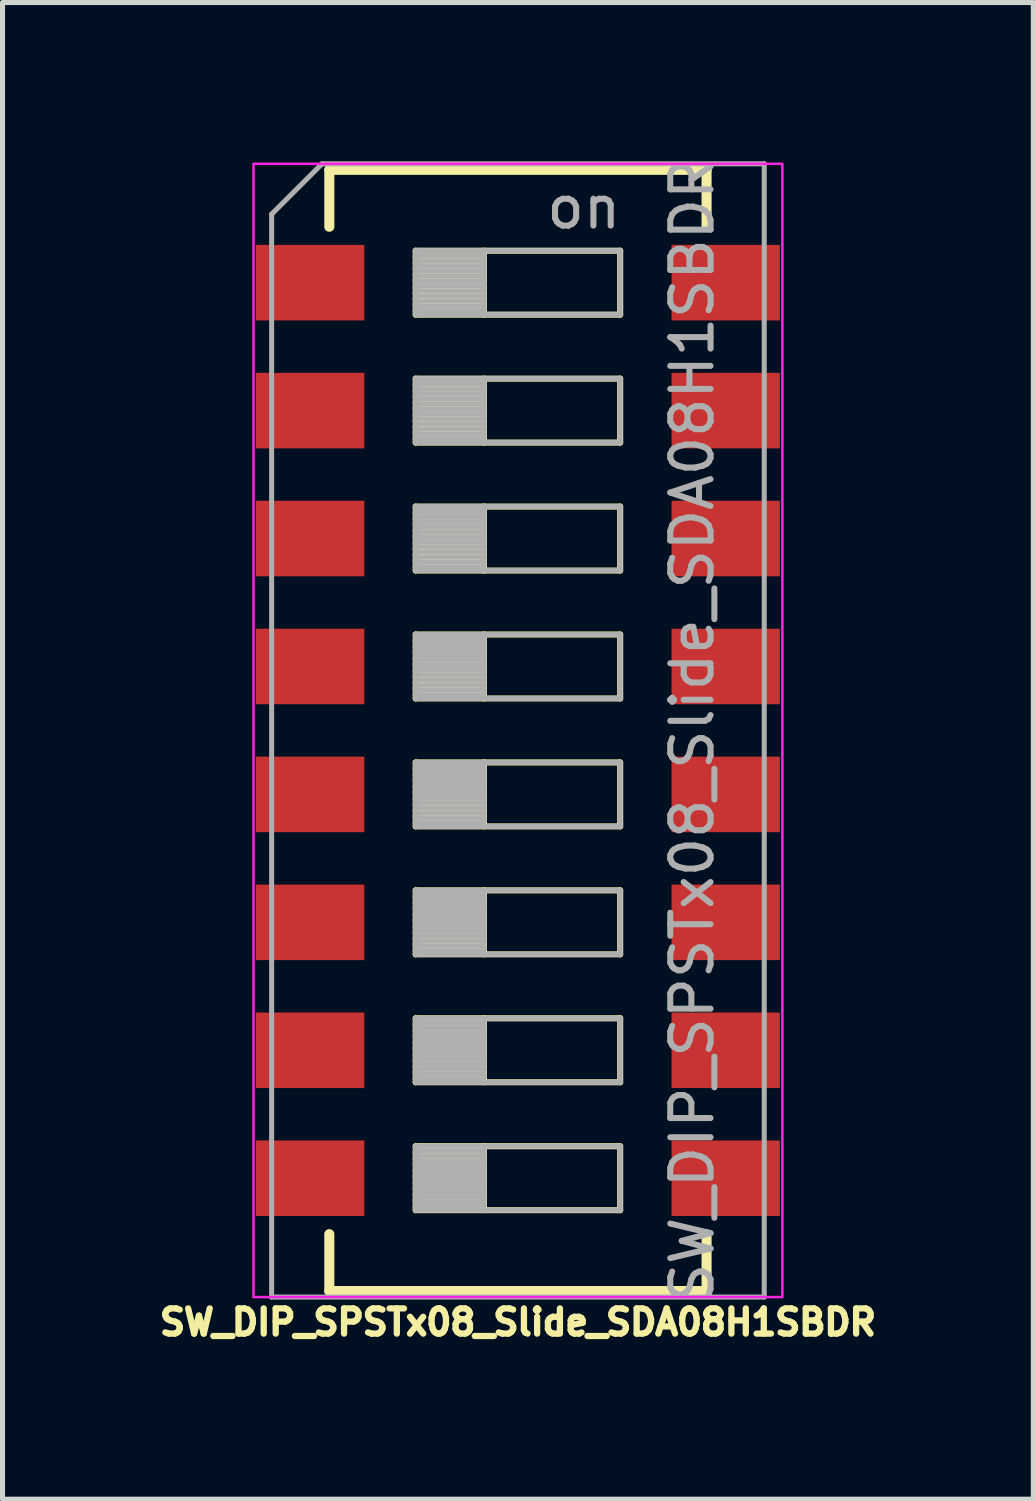
<source format=kicad_pcb>
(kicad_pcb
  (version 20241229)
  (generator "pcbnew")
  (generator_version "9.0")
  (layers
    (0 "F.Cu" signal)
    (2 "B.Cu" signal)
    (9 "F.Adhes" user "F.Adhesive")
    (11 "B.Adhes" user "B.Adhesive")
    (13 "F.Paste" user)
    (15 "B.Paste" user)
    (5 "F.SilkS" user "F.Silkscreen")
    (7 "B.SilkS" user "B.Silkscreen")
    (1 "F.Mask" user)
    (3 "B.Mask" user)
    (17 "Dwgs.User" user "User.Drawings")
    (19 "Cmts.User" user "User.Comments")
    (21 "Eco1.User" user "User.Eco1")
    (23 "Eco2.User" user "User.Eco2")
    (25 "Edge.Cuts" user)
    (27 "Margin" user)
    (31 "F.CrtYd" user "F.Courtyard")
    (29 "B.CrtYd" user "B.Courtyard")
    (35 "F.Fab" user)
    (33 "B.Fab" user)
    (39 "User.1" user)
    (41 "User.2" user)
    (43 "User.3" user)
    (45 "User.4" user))
  (footprint "SW_DIP_SPSTx08_Slide_SDA08H1SBDR"
    (layer "F.Cu")
    (at 7.233 11.452)
    (property "Reference" "SW_DIP_SPSTx08_Slide_SDA08H1SBDR" (at 0 11.75 0) (layer "F.SilkS") (effects (font (size 0.5 0.5) (thickness 0.125) (bold yes))))
    (attr smd)
    (fp_line (start -3.745 -11.13) (end -3.745 -10) (stroke (width 0.2) (type solid)) (layer "F.SilkS"))
    (fp_line (start -3.745 -11.13) (end 3.745 -11.13) (stroke (width 0.2) (type solid)) (layer "F.SilkS"))
    (fp_line (start -3.745 10) (end -3.745 11.13) (stroke (width 0.2) (type solid)) (layer "F.SilkS"))
    (fp_line (start -3.745 11.13) (end 3.745 11.13) (stroke (width 0.2) (type solid)) (layer "F.SilkS"))
    (fp_line (start -2.03 -9.525) (end -2.03 -8.255) (stroke (width 0.12) (type solid)) (layer "F.SilkS"))
    (fp_line (start -2.03 -9.405) (end -0.677 -9.405) (stroke (width 0.12) (type solid)) (layer "F.SilkS"))
    (fp_line (start -2.03 -9.285) (end -0.677 -9.285) (stroke (width 0.12) (type solid)) (layer "F.SilkS"))
    (fp_line (start -2.03 -9.165) (end -0.677 -9.165) (stroke (width 0.12) (type solid)) (layer "F.SilkS"))
    (fp_line (start -2.03 -9.045) (end -0.677 -9.045) (stroke (width 0.12) (type solid)) (layer "F.SilkS"))
    (fp_line (start -2.03 -8.925) (end -0.677 -8.925) (stroke (width 0.12) (type solid)) (layer "F.SilkS"))
    (fp_line (start -2.03 -8.805) (end -0.677 -8.805) (stroke (width 0.12) (type solid)) (layer "F.SilkS"))
    (fp_line (start -2.03 -8.685) (end -0.677 -8.685) (stroke (width 0.12) (type solid)) (layer "F.SilkS"))
    (fp_line (start -2.03 -8.565) (end -0.677 -8.565) (stroke (width 0.12) (type solid)) (layer "F.SilkS"))
    (fp_line (start -2.03 -8.445) (end -0.677 -8.445) (stroke (width 0.12) (type solid)) (layer "F.SilkS"))
    (fp_line (start -2.03 -8.325) (end -0.677 -8.325) (stroke (width 0.12) (type solid)) (layer "F.SilkS"))
    (fp_line (start -2.03 -8.255) (end 2.03 -8.255) (stroke (width 0.12) (type solid)) (layer "F.SilkS"))
    (fp_line (start -2.03 -6.985) (end -2.03 -5.715) (stroke (width 0.12) (type solid)) (layer "F.SilkS"))
    (fp_line (start -2.03 -6.865) (end -0.677 -6.865) (stroke (width 0.12) (type solid)) (layer "F.SilkS"))
    (fp_line (start -2.03 -6.745) (end -0.677 -6.745) (stroke (width 0.12) (type solid)) (layer "F.SilkS"))
    (fp_line (start -2.03 -6.625) (end -0.677 -6.625) (stroke (width 0.12) (type solid)) (layer "F.SilkS"))
    (fp_line (start -2.03 -6.505) (end -0.677 -6.505) (stroke (width 0.12) (type solid)) (layer "F.SilkS"))
    (fp_line (start -2.03 -6.385) (end -0.677 -6.385) (stroke (width 0.12) (type solid)) (layer "F.SilkS"))
    (fp_line (start -2.03 -6.265) (end -0.677 -6.265) (stroke (width 0.12) (type solid)) (layer "F.SilkS"))
    (fp_line (start -2.03 -6.145) (end -0.677 -6.145) (stroke (width 0.12) (type solid)) (layer "F.SilkS"))
    (fp_line (start -2.03 -6.025) (end -0.677 -6.025) (stroke (width 0.12) (type solid)) (layer "F.SilkS"))
    (fp_line (start -2.03 -5.905) (end -0.677 -5.905) (stroke (width 0.12) (type solid)) (layer "F.SilkS"))
    (fp_line (start -2.03 -5.785) (end -0.677 -5.785) (stroke (width 0.12) (type solid)) (layer "F.SilkS"))
    (fp_line (start -2.03 -5.715) (end 2.03 -5.715) (stroke (width 0.12) (type solid)) (layer "F.SilkS"))
    (fp_line (start -2.03 -4.445) (end -2.03 -3.175) (stroke (width 0.12) (type solid)) (layer "F.SilkS"))
    (fp_line (start -2.03 -4.325) (end -0.677 -4.325) (stroke (width 0.12) (type solid)) (layer "F.SilkS"))
    (fp_line (start -2.03 -4.205) (end -0.677 -4.205) (stroke (width 0.12) (type solid)) (layer "F.SilkS"))
    (fp_line (start -2.03 -4.085) (end -0.677 -4.085) (stroke (width 0.12) (type solid)) (layer "F.SilkS"))
    (fp_line (start -2.03 -3.965) (end -0.677 -3.965) (stroke (width 0.12) (type solid)) (layer "F.SilkS"))
    (fp_line (start -2.03 -3.845) (end -0.677 -3.845) (stroke (width 0.12) (type solid)) (layer "F.SilkS"))
    (fp_line (start -2.03 -3.725) (end -0.677 -3.725) (stroke (width 0.12) (type solid)) (layer "F.SilkS"))
    (fp_line (start -2.03 -3.605) (end -0.677 -3.605) (stroke (width 0.12) (type solid)) (layer "F.SilkS"))
    (fp_line (start -2.03 -3.485) (end -0.677 -3.485) (stroke (width 0.12) (type solid)) (layer "F.SilkS"))
    (fp_line (start -2.03 -3.365) (end -0.677 -3.365) (stroke (width 0.12) (type solid)) (layer "F.SilkS"))
    (fp_line (start -2.03 -3.245) (end -0.677 -3.245) (stroke (width 0.12) (type solid)) (layer "F.SilkS"))
    (fp_line (start -2.03 -3.175) (end 2.03 -3.175) (stroke (width 0.12) (type solid)) (layer "F.SilkS"))
    (fp_line (start -2.03 -1.905) (end -2.03 -0.635) (stroke (width 0.12) (type solid)) (layer "F.SilkS"))
    (fp_line (start -2.03 -1.785) (end -0.677 -1.785) (stroke (width 0.12) (type solid)) (layer "F.SilkS"))
    (fp_line (start -2.03 -1.665) (end -0.677 -1.665) (stroke (width 0.12) (type solid)) (layer "F.SilkS"))
    (fp_line (start -2.03 -1.545) (end -0.677 -1.545) (stroke (width 0.12) (type solid)) (layer "F.SilkS"))
    (fp_line (start -2.03 -1.425) (end -0.677 -1.425) (stroke (width 0.12) (type solid)) (layer "F.SilkS"))
    (fp_line (start -2.03 -1.305) (end -0.677 -1.305) (stroke (width 0.12) (type solid)) (layer "F.SilkS"))
    (fp_line (start -2.03 -1.185) (end -0.677 -1.185) (stroke (width 0.12) (type solid)) (layer "F.SilkS"))
    (fp_line (start -2.03 -1.065) (end -0.677 -1.065) (stroke (width 0.12) (type solid)) (layer "F.SilkS"))
    (fp_line (start -2.03 -0.945) (end -0.677 -0.945) (stroke (width 0.12) (type solid)) (layer "F.SilkS"))
    (fp_line (start -2.03 -0.825) (end -0.677 -0.825) (stroke (width 0.12) (type solid)) (layer "F.SilkS"))
    (fp_line (start -2.03 -0.705) (end -0.677 -0.705) (stroke (width 0.12) (type solid)) (layer "F.SilkS"))
    (fp_line (start -2.03 -0.635) (end 2.03 -0.635) (stroke (width 0.12) (type solid)) (layer "F.SilkS"))
    (fp_line (start -2.03 0.635) (end -2.03 1.905) (stroke (width 0.12) (type solid)) (layer "F.SilkS"))
    (fp_line (start -2.03 0.755) (end -0.677 0.755) (stroke (width 0.12) (type solid)) (layer "F.SilkS"))
    (fp_line (start -2.03 0.875) (end -0.677 0.875) (stroke (width 0.12) (type solid)) (layer "F.SilkS"))
    (fp_line (start -2.03 0.995) (end -0.677 0.995) (stroke (width 0.12) (type solid)) (layer "F.SilkS"))
    (fp_line (start -2.03 1.115) (end -0.677 1.115) (stroke (width 0.12) (type solid)) (layer "F.SilkS"))
    (fp_line (start -2.03 1.235) (end -0.677 1.235) (stroke (width 0.12) (type solid)) (layer "F.SilkS"))
    (fp_line (start -2.03 1.355) (end -0.677 1.355) (stroke (width 0.12) (type solid)) (layer "F.SilkS"))
    (fp_line (start -2.03 1.475) (end -0.677 1.475) (stroke (width 0.12) (type solid)) (layer "F.SilkS"))
    (fp_line (start -2.03 1.595) (end -0.677 1.595) (stroke (width 0.12) (type solid)) (layer "F.SilkS"))
    (fp_line (start -2.03 1.715) (end -0.677 1.715) (stroke (width 0.12) (type solid)) (layer "F.SilkS"))
    (fp_line (start -2.03 1.835) (end -0.677 1.835) (stroke (width 0.12) (type solid)) (layer "F.SilkS"))
    (fp_line (start -2.03 1.905) (end 2.03 1.905) (stroke (width 0.12) (type solid)) (layer "F.SilkS"))
    (fp_line (start -2.03 3.175) (end -2.03 4.445) (stroke (width 0.12) (type solid)) (layer "F.SilkS"))
    (fp_line (start -2.03 3.295) (end -0.677 3.295) (stroke (width 0.12) (type solid)) (layer "F.SilkS"))
    (fp_line (start -2.03 3.415) (end -0.677 3.415) (stroke (width 0.12) (type solid)) (layer "F.SilkS"))
    (fp_line (start -2.03 3.535) (end -0.677 3.535) (stroke (width 0.12) (type solid)) (layer "F.SilkS"))
    (fp_line (start -2.03 3.655) (end -0.677 3.655) (stroke (width 0.12) (type solid)) (layer "F.SilkS"))
    (fp_line (start -2.03 3.775) (end -0.677 3.775) (stroke (width 0.12) (type solid)) (layer "F.SilkS"))
    (fp_line (start -2.03 3.895) (end -0.677 3.895) (stroke (width 0.12) (type solid)) (layer "F.SilkS"))
    (fp_line (start -2.03 4.015) (end -0.677 4.015) (stroke (width 0.12) (type solid)) (layer "F.SilkS"))
    (fp_line (start -2.03 4.135) (end -0.677 4.135) (stroke (width 0.12) (type solid)) (layer "F.SilkS"))
    (fp_line (start -2.03 4.255) (end -0.677 4.255) (stroke (width 0.12) (type solid)) (layer "F.SilkS"))
    (fp_line (start -2.03 4.375) (end -0.677 4.375) (stroke (width 0.12) (type solid)) (layer "F.SilkS"))
    (fp_line (start -2.03 4.445) (end 2.03 4.445) (stroke (width 0.12) (type solid)) (layer "F.SilkS"))
    (fp_line (start -2.03 5.715) (end -2.03 6.985) (stroke (width 0.12) (type solid)) (layer "F.SilkS"))
    (fp_line (start -2.03 5.835) (end -0.677 5.835) (stroke (width 0.12) (type solid)) (layer "F.SilkS"))
    (fp_line (start -2.03 5.955) (end -0.677 5.955) (stroke (width 0.12) (type solid)) (layer "F.SilkS"))
    (fp_line (start -2.03 6.075) (end -0.677 6.075) (stroke (width 0.12) (type solid)) (layer "F.SilkS"))
    (fp_line (start -2.03 6.195) (end -0.677 6.195) (stroke (width 0.12) (type solid)) (layer "F.SilkS"))
    (fp_line (start -2.03 6.315) (end -0.677 6.315) (stroke (width 0.12) (type solid)) (layer "F.SilkS"))
    (fp_line (start -2.03 6.435) (end -0.677 6.435) (stroke (width 0.12) (type solid)) (layer "F.SilkS"))
    (fp_line (start -2.03 6.555) (end -0.677 6.555) (stroke (width 0.12) (type solid)) (layer "F.SilkS"))
    (fp_line (start -2.03 6.675) (end -0.677 6.675) (stroke (width 0.12) (type solid)) (layer "F.SilkS"))
    (fp_line (start -2.03 6.795) (end -0.677 6.795) (stroke (width 0.12) (type solid)) (layer "F.SilkS"))
    (fp_line (start -2.03 6.915) (end -0.677 6.915) (stroke (width 0.12) (type solid)) (layer "F.SilkS"))
    (fp_line (start -2.03 6.985) (end 2.03 6.985) (stroke (width 0.12) (type solid)) (layer "F.SilkS"))
    (fp_line (start -2.03 8.255) (end -2.03 9.525) (stroke (width 0.12) (type solid)) (layer "F.SilkS"))
    (fp_line (start -2.03 8.375) (end -0.677 8.375) (stroke (width 0.12) (type solid)) (layer "F.SilkS"))
    (fp_line (start -2.03 8.495) (end -0.677 8.495) (stroke (width 0.12) (type solid)) (layer "F.SilkS"))
    (fp_line (start -2.03 8.615) (end -0.677 8.615) (stroke (width 0.12) (type solid)) (layer "F.SilkS"))
    (fp_line (start -2.03 8.735) (end -0.677 8.735) (stroke (width 0.12) (type solid)) (layer "F.SilkS"))
    (fp_line (start -2.03 8.855) (end -0.677 8.855) (stroke (width 0.12) (type solid)) (layer "F.SilkS"))
    (fp_line (start -2.03 8.975) (end -0.677 8.975) (stroke (width 0.12) (type solid)) (layer "F.SilkS"))
    (fp_line (start -2.03 9.095) (end -0.677 9.095) (stroke (width 0.12) (type solid)) (layer "F.SilkS"))
    (fp_line (start -2.03 9.215) (end -0.677 9.215) (stroke (width 0.12) (type solid)) (layer "F.SilkS"))
    (fp_line (start -2.03 9.335) (end -0.677 9.335) (stroke (width 0.12) (type solid)) (layer "F.SilkS"))
    (fp_line (start -2.03 9.455) (end -0.677 9.455) (stroke (width 0.12) (type solid)) (layer "F.SilkS"))
    (fp_line (start -2.03 9.525) (end 2.03 9.525) (stroke (width 0.12) (type solid)) (layer "F.SilkS"))
    (fp_line (start -0.677 -9.525) (end -0.677 -8.255) (stroke (width 0.12) (type solid)) (layer "F.SilkS"))
    (fp_line (start -0.677 -6.985) (end -0.677 -5.715) (stroke (width 0.12) (type solid)) (layer "F.SilkS"))
    (fp_line (start -0.677 -4.445) (end -0.677 -3.175) (stroke (width 0.12) (type solid)) (layer "F.SilkS"))
    (fp_line (start -0.677 -1.905) (end -0.677 -0.635) (stroke (width 0.12) (type solid)) (layer "F.SilkS"))
    (fp_line (start -0.677 0.635) (end -0.677 1.905) (stroke (width 0.12) (type solid)) (layer "F.SilkS"))
    (fp_line (start -0.677 3.175) (end -0.677 4.445) (stroke (width 0.12) (type solid)) (layer "F.SilkS"))
    (fp_line (start -0.677 5.715) (end -0.677 6.985) (stroke (width 0.12) (type solid)) (layer "F.SilkS"))
    (fp_line (start -0.677 8.255) (end -0.677 9.525) (stroke (width 0.12) (type solid)) (layer "F.SilkS"))
    (fp_line (start 2.03 -9.525) (end -2.03 -9.525) (stroke (width 0.12) (type solid)) (layer "F.SilkS"))
    (fp_line (start 2.03 -8.255) (end 2.03 -9.525) (stroke (width 0.12) (type solid)) (layer "F.SilkS"))
    (fp_line (start 2.03 -6.985) (end -2.03 -6.985) (stroke (width 0.12) (type solid)) (layer "F.SilkS"))
    (fp_line (start 2.03 -5.715) (end 2.03 -6.985) (stroke (width 0.12) (type solid)) (layer "F.SilkS"))
    (fp_line (start 2.03 -4.445) (end -2.03 -4.445) (stroke (width 0.12) (type solid)) (layer "F.SilkS"))
    (fp_line (start 2.03 -3.175) (end 2.03 -4.445) (stroke (width 0.12) (type solid)) (layer "F.SilkS"))
    (fp_line (start 2.03 -1.905) (end -2.03 -1.905) (stroke (width 0.12) (type solid)) (layer "F.SilkS"))
    (fp_line (start 2.03 -0.635) (end 2.03 -1.905) (stroke (width 0.12) (type solid)) (layer "F.SilkS"))
    (fp_line (start 2.03 0.635) (end -2.03 0.635) (stroke (width 0.12) (type solid)) (layer "F.SilkS"))
    (fp_line (start 2.03 1.905) (end 2.03 0.635) (stroke (width 0.12) (type solid)) (layer "F.SilkS"))
    (fp_line (start 2.03 3.175) (end -2.03 3.175) (stroke (width 0.12) (type solid)) (layer "F.SilkS"))
    (fp_line (start 2.03 4.445) (end 2.03 3.175) (stroke (width 0.12) (type solid)) (layer "F.SilkS"))
    (fp_line (start 2.03 5.715) (end -2.03 5.715) (stroke (width 0.12) (type solid)) (layer "F.SilkS"))
    (fp_line (start 2.03 6.985) (end 2.03 5.715) (stroke (width 0.12) (type solid)) (layer "F.SilkS"))
    (fp_line (start 2.03 8.255) (end -2.03 8.255) (stroke (width 0.12) (type solid)) (layer "F.SilkS"))
    (fp_line (start 2.03 9.525) (end 2.03 8.255) (stroke (width 0.12) (type solid)) (layer "F.SilkS"))
    (fp_line (start 3.745 -11.13) (end 3.745 -10) (stroke (width 0.2) (type solid)) (layer "F.SilkS"))
    (fp_line (start 3.745 10) (end 3.745 11.13) (stroke (width 0.2) (type solid)) (layer "F.SilkS"))
    (fp_rect (start -5.25 -11.25) (end 5.25 11.25) (stroke (width 0.05) (type default)) (fill no) (layer "F.CrtYd"))
    (fp_line (start -4.89 -10.25) (end -3.89 -11.25) (stroke (width 0.1) (type solid)) (layer "F.Fab"))
    (fp_line (start -4.89 11.25) (end -4.89 -10.25) (stroke (width 0.1) (type solid)) (layer "F.Fab"))
    (fp_line (start -3.89 -11.25) (end 4.89 -11.25) (stroke (width 0.1) (type solid)) (layer "F.Fab"))
    (fp_line (start -2.03 -9.525) (end -2.03 -8.255) (stroke (width 0.1) (type solid)) (layer "F.Fab"))
    (fp_line (start -2.03 -9.425) (end -0.677 -9.425) (stroke (width 0.1) (type solid)) (layer "F.Fab"))
    (fp_line (start -2.03 -9.325) (end -0.677 -9.325) (stroke (width 0.1) (type solid)) (layer "F.Fab"))
    (fp_line (start -2.03 -9.225) (end -0.677 -9.225) (stroke (width 0.1) (type solid)) (layer "F.Fab"))
    (fp_line (start -2.03 -9.125) (end -0.677 -9.125) (stroke (width 0.1) (type solid)) (layer "F.Fab"))
    (fp_line (start -2.03 -9.025) (end -0.677 -9.025) (stroke (width 0.1) (type solid)) (layer "F.Fab"))
    (fp_line (start -2.03 -8.925) (end -0.677 -8.925) (stroke (width 0.1) (type solid)) (layer "F.Fab"))
    (fp_line (start -2.03 -8.825) (end -0.677 -8.825) (stroke (width 0.1) (type solid)) (layer "F.Fab"))
    (fp_line (start -2.03 -8.725) (end -0.677 -8.725) (stroke (width 0.1) (type solid)) (layer "F.Fab"))
    (fp_line (start -2.03 -8.625) (end -0.677 -8.625) (stroke (width 0.1) (type solid)) (layer "F.Fab"))
    (fp_line (start -2.03 -8.525) (end -0.677 -8.525) (stroke (width 0.1) (type solid)) (layer "F.Fab"))
    (fp_line (start -2.03 -8.425) (end -0.677 -8.425) (stroke (width 0.1) (type solid)) (layer "F.Fab"))
    (fp_line (start -2.03 -8.325) (end -0.677 -8.325) (stroke (width 0.1) (type solid)) (layer "F.Fab"))
    (fp_line (start -2.03 -8.255) (end 2.03 -8.255) (stroke (width 0.1) (type solid)) (layer "F.Fab"))
    (fp_line (start -2.03 -6.985) (end -2.03 -5.715) (stroke (width 0.1) (type solid)) (layer "F.Fab"))
    (fp_line (start -2.03 -6.885) (end -0.677 -6.885) (stroke (width 0.1) (type solid)) (layer "F.Fab"))
    (fp_line (start -2.03 -6.785) (end -0.677 -6.785) (stroke (width 0.1) (type solid)) (layer "F.Fab"))
    (fp_line (start -2.03 -6.685) (end -0.677 -6.685) (stroke (width 0.1) (type solid)) (layer "F.Fab"))
    (fp_line (start -2.03 -6.585) (end -0.677 -6.585) (stroke (width 0.1) (type solid)) (layer "F.Fab"))
    (fp_line (start -2.03 -6.485) (end -0.677 -6.485) (stroke (width 0.1) (type solid)) (layer "F.Fab"))
    (fp_line (start -2.03 -6.385) (end -0.677 -6.385) (stroke (width 0.1) (type solid)) (layer "F.Fab"))
    (fp_line (start -2.03 -6.285) (end -0.677 -6.285) (stroke (width 0.1) (type solid)) (layer "F.Fab"))
    (fp_line (start -2.03 -6.185) (end -0.677 -6.185) (stroke (width 0.1) (type solid)) (layer "F.Fab"))
    (fp_line (start -2.03 -6.085) (end -0.677 -6.085) (stroke (width 0.1) (type solid)) (layer "F.Fab"))
    (fp_line (start -2.03 -5.985) (end -0.677 -5.985) (stroke (width 0.1) (type solid)) (layer "F.Fab"))
    (fp_line (start -2.03 -5.885) (end -0.677 -5.885) (stroke (width 0.1) (type solid)) (layer "F.Fab"))
    (fp_line (start -2.03 -5.785) (end -0.677 -5.785) (stroke (width 0.1) (type solid)) (layer "F.Fab"))
    (fp_line (start -2.03 -5.715) (end 2.03 -5.715) (stroke (width 0.1) (type solid)) (layer "F.Fab"))
    (fp_line (start -2.03 -4.445) (end -2.03 -3.175) (stroke (width 0.1) (type solid)) (layer "F.Fab"))
    (fp_line (start -2.03 -4.345) (end -0.677 -4.345) (stroke (width 0.1) (type solid)) (layer "F.Fab"))
    (fp_line (start -2.03 -4.245) (end -0.677 -4.245) (stroke (width 0.1) (type solid)) (layer "F.Fab"))
    (fp_line (start -2.03 -4.145) (end -0.677 -4.145) (stroke (width 0.1) (type solid)) (layer "F.Fab"))
    (fp_line (start -2.03 -4.045) (end -0.677 -4.045) (stroke (width 0.1) (type solid)) (layer "F.Fab"))
    (fp_line (start -2.03 -3.945) (end -0.677 -3.945) (stroke (width 0.1) (type solid)) (layer "F.Fab"))
    (fp_line (start -2.03 -3.845) (end -0.677 -3.845) (stroke (width 0.1) (type solid)) (layer "F.Fab"))
    (fp_line (start -2.03 -3.745) (end -0.677 -3.745) (stroke (width 0.1) (type solid)) (layer "F.Fab"))
    (fp_line (start -2.03 -3.645) (end -0.677 -3.645) (stroke (width 0.1) (type solid)) (layer "F.Fab"))
    (fp_line (start -2.03 -3.545) (end -0.677 -3.545) (stroke (width 0.1) (type solid)) (layer "F.Fab"))
    (fp_line (start -2.03 -3.445) (end -0.677 -3.445) (stroke (width 0.1) (type solid)) (layer "F.Fab"))
    (fp_line (start -2.03 -3.345) (end -0.677 -3.345) (stroke (width 0.1) (type solid)) (layer "F.Fab"))
    (fp_line (start -2.03 -3.245) (end -0.677 -3.245) (stroke (width 0.1) (type solid)) (layer "F.Fab"))
    (fp_line (start -2.03 -3.175) (end 2.03 -3.175) (stroke (width 0.1) (type solid)) (layer "F.Fab"))
    (fp_line (start -2.03 -1.905) (end -2.03 -0.635) (stroke (width 0.1) (type solid)) (layer "F.Fab"))
    (fp_line (start -2.03 -1.805) (end -0.677 -1.805) (stroke (width 0.1) (type solid)) (layer "F.Fab"))
    (fp_line (start -2.03 -1.705) (end -0.677 -1.705) (stroke (width 0.1) (type solid)) (layer "F.Fab"))
    (fp_line (start -2.03 -1.605) (end -0.677 -1.605) (stroke (width 0.1) (type solid)) (layer "F.Fab"))
    (fp_line (start -2.03 -1.505) (end -0.677 -1.505) (stroke (width 0.1) (type solid)) (layer "F.Fab"))
    (fp_line (start -2.03 -1.405) (end -0.677 -1.405) (stroke (width 0.1) (type solid)) (layer "F.Fab"))
    (fp_line (start -2.03 -1.305) (end -0.677 -1.305) (stroke (width 0.1) (type solid)) (layer "F.Fab"))
    (fp_line (start -2.03 -1.205) (end -0.677 -1.205) (stroke (width 0.1) (type solid)) (layer "F.Fab"))
    (fp_line (start -2.03 -1.105) (end -0.677 -1.105) (stroke (width 0.1) (type solid)) (layer "F.Fab"))
    (fp_line (start -2.03 -1.005) (end -0.677 -1.005) (stroke (width 0.1) (type solid)) (layer "F.Fab"))
    (fp_line (start -2.03 -0.905) (end -0.677 -0.905) (stroke (width 0.1) (type solid)) (layer "F.Fab"))
    (fp_line (start -2.03 -0.805) (end -0.677 -0.805) (stroke (width 0.1) (type solid)) (layer "F.Fab"))
    (fp_line (start -2.03 -0.705) (end -0.677 -0.705) (stroke (width 0.1) (type solid)) (layer "F.Fab"))
    (fp_line (start -2.03 -0.635) (end 2.03 -0.635) (stroke (width 0.1) (type solid)) (layer "F.Fab"))
    (fp_line (start -2.03 0.635) (end -2.03 1.905) (stroke (width 0.1) (type solid)) (layer "F.Fab"))
    (fp_line (start -2.03 0.735) (end -0.677 0.735) (stroke (width 0.1) (type solid)) (layer "F.Fab"))
    (fp_line (start -2.03 0.835) (end -0.677 0.835) (stroke (width 0.1) (type solid)) (layer "F.Fab"))
    (fp_line (start -2.03 0.935) (end -0.677 0.935) (stroke (width 0.1) (type solid)) (layer "F.Fab"))
    (fp_line (start -2.03 1.035) (end -0.677 1.035) (stroke (width 0.1) (type solid)) (layer "F.Fab"))
    (fp_line (start -2.03 1.135) (end -0.677 1.135) (stroke (width 0.1) (type solid)) (layer "F.Fab"))
    (fp_line (start -2.03 1.235) (end -0.677 1.235) (stroke (width 0.1) (type solid)) (layer "F.Fab"))
    (fp_line (start -2.03 1.335) (end -0.677 1.335) (stroke (width 0.1) (type solid)) (layer "F.Fab"))
    (fp_line (start -2.03 1.435) (end -0.677 1.435) (stroke (width 0.1) (type solid)) (layer "F.Fab"))
    (fp_line (start -2.03 1.535) (end -0.677 1.535) (stroke (width 0.1) (type solid)) (layer "F.Fab"))
    (fp_line (start -2.03 1.635) (end -0.677 1.635) (stroke (width 0.1) (type solid)) (layer "F.Fab"))
    (fp_line (start -2.03 1.735) (end -0.677 1.735) (stroke (width 0.1) (type solid)) (layer "F.Fab"))
    (fp_line (start -2.03 1.835) (end -0.677 1.835) (stroke (width 0.1) (type solid)) (layer "F.Fab"))
    (fp_line (start -2.03 1.905) (end 2.03 1.905) (stroke (width 0.1) (type solid)) (layer "F.Fab"))
    (fp_line (start -2.03 3.175) (end -2.03 4.445) (stroke (width 0.1) (type solid)) (layer "F.Fab"))
    (fp_line (start -2.03 3.275) (end -0.677 3.275) (stroke (width 0.1) (type solid)) (layer "F.Fab"))
    (fp_line (start -2.03 3.375) (end -0.677 3.375) (stroke (width 0.1) (type solid)) (layer "F.Fab"))
    (fp_line (start -2.03 3.475) (end -0.677 3.475) (stroke (width 0.1) (type solid)) (layer "F.Fab"))
    (fp_line (start -2.03 3.575) (end -0.677 3.575) (stroke (width 0.1) (type solid)) (layer "F.Fab"))
    (fp_line (start -2.03 3.675) (end -0.677 3.675) (stroke (width 0.1) (type solid)) (layer "F.Fab"))
    (fp_line (start -2.03 3.775) (end -0.677 3.775) (stroke (width 0.1) (type solid)) (layer "F.Fab"))
    (fp_line (start -2.03 3.875) (end -0.677 3.875) (stroke (width 0.1) (type solid)) (layer "F.Fab"))
    (fp_line (start -2.03 3.975) (end -0.677 3.975) (stroke (width 0.1) (type solid)) (layer "F.Fab"))
    (fp_line (start -2.03 4.075) (end -0.677 4.075) (stroke (width 0.1) (type solid)) (layer "F.Fab"))
    (fp_line (start -2.03 4.175) (end -0.677 4.175) (stroke (width 0.1) (type solid)) (layer "F.Fab"))
    (fp_line (start -2.03 4.275) (end -0.677 4.275) (stroke (width 0.1) (type solid)) (layer "F.Fab"))
    (fp_line (start -2.03 4.375) (end -0.677 4.375) (stroke (width 0.1) (type solid)) (layer "F.Fab"))
    (fp_line (start -2.03 4.445) (end 2.03 4.445) (stroke (width 0.1) (type solid)) (layer "F.Fab"))
    (fp_line (start -2.03 5.715) (end -2.03 6.985) (stroke (width 0.1) (type solid)) (layer "F.Fab"))
    (fp_line (start -2.03 5.815) (end -0.677 5.815) (stroke (width 0.1) (type solid)) (layer "F.Fab"))
    (fp_line (start -2.03 5.915) (end -0.677 5.915) (stroke (width 0.1) (type solid)) (layer "F.Fab"))
    (fp_line (start -2.03 6.015) (end -0.677 6.015) (stroke (width 0.1) (type solid)) (layer "F.Fab"))
    (fp_line (start -2.03 6.115) (end -0.677 6.115) (stroke (width 0.1) (type solid)) (layer "F.Fab"))
    (fp_line (start -2.03 6.215) (end -0.677 6.215) (stroke (width 0.1) (type solid)) (layer "F.Fab"))
    (fp_line (start -2.03 6.315) (end -0.677 6.315) (stroke (width 0.1) (type solid)) (layer "F.Fab"))
    (fp_line (start -2.03 6.415) (end -0.677 6.415) (stroke (width 0.1) (type solid)) (layer "F.Fab"))
    (fp_line (start -2.03 6.515) (end -0.677 6.515) (stroke (width 0.1) (type solid)) (layer "F.Fab"))
    (fp_line (start -2.03 6.615) (end -0.677 6.615) (stroke (width 0.1) (type solid)) (layer "F.Fab"))
    (fp_line (start -2.03 6.715) (end -0.677 6.715) (stroke (width 0.1) (type solid)) (layer "F.Fab"))
    (fp_line (start -2.03 6.815) (end -0.677 6.815) (stroke (width 0.1) (type solid)) (layer "F.Fab"))
    (fp_line (start -2.03 6.915) (end -0.677 6.915) (stroke (width 0.1) (type solid)) (layer "F.Fab"))
    (fp_line (start -2.03 6.985) (end 2.03 6.985) (stroke (width 0.1) (type solid)) (layer "F.Fab"))
    (fp_line (start -2.03 8.255) (end -2.03 9.525) (stroke (width 0.1) (type solid)) (layer "F.Fab"))
    (fp_line (start -2.03 8.355) (end -0.677 8.355) (stroke (width 0.1) (type solid)) (layer "F.Fab"))
    (fp_line (start -2.03 8.455) (end -0.677 8.455) (stroke (width 0.1) (type solid)) (layer "F.Fab"))
    (fp_line (start -2.03 8.555) (end -0.677 8.555) (stroke (width 0.1) (type solid)) (layer "F.Fab"))
    (fp_line (start -2.03 8.655) (end -0.677 8.655) (stroke (width 0.1) (type solid)) (layer "F.Fab"))
    (fp_line (start -2.03 8.755) (end -0.677 8.755) (stroke (width 0.1) (type solid)) (layer "F.Fab"))
    (fp_line (start -2.03 8.855) (end -0.677 8.855) (stroke (width 0.1) (type solid)) (layer "F.Fab"))
    (fp_line (start -2.03 8.955) (end -0.677 8.955) (stroke (width 0.1) (type solid)) (layer "F.Fab"))
    (fp_line (start -2.03 9.055) (end -0.677 9.055) (stroke (width 0.1) (type solid)) (layer "F.Fab"))
    (fp_line (start -2.03 9.155) (end -0.677 9.155) (stroke (width 0.1) (type solid)) (layer "F.Fab"))
    (fp_line (start -2.03 9.255) (end -0.677 9.255) (stroke (width 0.1) (type solid)) (layer "F.Fab"))
    (fp_line (start -2.03 9.355) (end -0.677 9.355) (stroke (width 0.1) (type solid)) (layer "F.Fab"))
    (fp_line (start -2.03 9.455) (end -0.677 9.455) (stroke (width 0.1) (type solid)) (layer "F.Fab"))
    (fp_line (start -2.03 9.525) (end 2.03 9.525) (stroke (width 0.1) (type solid)) (layer "F.Fab"))
    (fp_line (start -0.677 -9.525) (end -0.677 -8.255) (stroke (width 0.1) (type solid)) (layer "F.Fab"))
    (fp_line (start -0.677 -6.985) (end -0.677 -5.715) (stroke (width 0.1) (type solid)) (layer "F.Fab"))
    (fp_line (start -0.677 -4.445) (end -0.677 -3.175) (stroke (width 0.1) (type solid)) (layer "F.Fab"))
    (fp_line (start -0.677 -1.905) (end -0.677 -0.635) (stroke (width 0.1) (type solid)) (layer "F.Fab"))
    (fp_line (start -0.677 0.635) (end -0.677 1.905) (stroke (width 0.1) (type solid)) (layer "F.Fab"))
    (fp_line (start -0.677 3.175) (end -0.677 4.445) (stroke (width 0.1) (type solid)) (layer "F.Fab"))
    (fp_line (start -0.677 5.715) (end -0.677 6.985) (stroke (width 0.1) (type solid)) (layer "F.Fab"))
    (fp_line (start -0.677 8.255) (end -0.677 9.525) (stroke (width 0.1) (type solid)) (layer "F.Fab"))
    (fp_line (start 2.03 -9.525) (end -2.03 -9.525) (stroke (width 0.1) (type solid)) (layer "F.Fab"))
    (fp_line (start 2.03 -8.255) (end 2.03 -9.525) (stroke (width 0.1) (type solid)) (layer "F.Fab"))
    (fp_line (start 2.03 -6.985) (end -2.03 -6.985) (stroke (width 0.1) (type solid)) (layer "F.Fab"))
    (fp_line (start 2.03 -5.715) (end 2.03 -6.985) (stroke (width 0.1) (type solid)) (layer "F.Fab"))
    (fp_line (start 2.03 -4.445) (end -2.03 -4.445) (stroke (width 0.1) (type solid)) (layer "F.Fab"))
    (fp_line (start 2.03 -3.175) (end 2.03 -4.445) (stroke (width 0.1) (type solid)) (layer "F.Fab"))
    (fp_line (start 2.03 -1.905) (end -2.03 -1.905) (stroke (width 0.1) (type solid)) (layer "F.Fab"))
    (fp_line (start 2.03 -0.635) (end 2.03 -1.905) (stroke (width 0.1) (type solid)) (layer "F.Fab"))
    (fp_line (start 2.03 0.635) (end -2.03 0.635) (stroke (width 0.1) (type solid)) (layer "F.Fab"))
    (fp_line (start 2.03 1.905) (end 2.03 0.635) (stroke (width 0.1) (type solid)) (layer "F.Fab"))
    (fp_line (start 2.03 3.175) (end -2.03 3.175) (stroke (width 0.1) (type solid)) (layer "F.Fab"))
    (fp_line (start 2.03 4.445) (end 2.03 3.175) (stroke (width 0.1) (type solid)) (layer "F.Fab"))
    (fp_line (start 2.03 5.715) (end -2.03 5.715) (stroke (width 0.1) (type solid)) (layer "F.Fab"))
    (fp_line (start 2.03 6.985) (end 2.03 5.715) (stroke (width 0.1) (type solid)) (layer "F.Fab"))
    (fp_line (start 2.03 8.255) (end -2.03 8.255) (stroke (width 0.1) (type solid)) (layer "F.Fab"))
    (fp_line (start 2.03 9.525) (end 2.03 8.255) (stroke (width 0.1) (type solid)) (layer "F.Fab"))
    (fp_line (start 4.89 -11.25) (end 4.89 11.25) (stroke (width 0.1) (type solid)) (layer "F.Fab"))
    (fp_line (start 4.89 11.25) (end -4.89 11.25) (stroke (width 0.1) (type solid)) (layer "F.Fab"))
    (fp_text user "on" (at 1.308 -10.387 0) (layer "F.Fab") (effects (font (size 0.8 0.8) (thickness 0.12))))
    (fp_text user "${REFERENCE}" (at 3.46 0 90) (layer "F.Fab") (effects (font (size 0.8 0.8) (thickness 0.12))))
    (pad "1" smd rect (at -4.125 -8.89) (size 2.15 1.5) (layers "F.Cu" "F.Mask" "F.Paste"))
    (pad "2" smd rect (at -4.125 -6.35) (size 2.15 1.5) (layers "F.Cu" "F.Mask" "F.Paste"))
    (pad "3" smd rect (at -4.125 -3.81) (size 2.15 1.5) (layers "F.Cu" "F.Mask" "F.Paste"))
    (pad "4" smd rect (at -4.125 -1.27) (size 2.15 1.5) (layers "F.Cu" "F.Mask" "F.Paste"))
    (pad "5" smd rect (at -4.125 1.27) (size 2.15 1.5) (layers "F.Cu" "F.Mask" "F.Paste"))
    (pad "6" smd rect (at -4.125 3.81) (size 2.15 1.5) (layers "F.Cu" "F.Mask" "F.Paste"))
    (pad "7" smd rect (at -4.125 6.35) (size 2.15 1.5) (layers "F.Cu" "F.Mask" "F.Paste"))
    (pad "8" smd rect (at -4.125 8.89) (size 2.15 1.5) (layers "F.Cu" "F.Mask" "F.Paste"))
    (pad "9" smd rect (at 4.125 8.89) (size 2.15 1.5) (layers "F.Cu" "F.Mask" "F.Paste"))
    (pad "10" smd rect (at 4.125 6.35) (size 2.15 1.5) (layers "F.Cu" "F.Mask" "F.Paste"))
    (pad "11" smd rect (at 4.125 3.81) (size 2.15 1.5) (layers "F.Cu" "F.Mask" "F.Paste"))
    (pad "12" smd rect (at 4.125 1.27) (size 2.15 1.5) (layers "F.Cu" "F.Mask" "F.Paste"))
    (pad "13" smd rect (at 4.125 -1.27) (size 2.15 1.5) (layers "F.Cu" "F.Mask" "F.Paste"))
    (pad "14" smd rect (at 4.125 -3.81) (size 2.15 1.5) (layers "F.Cu" "F.Mask" "F.Paste"))
    (pad "15" smd rect (at 4.125 -6.35) (size 2.15 1.5) (layers "F.Cu" "F.Mask" "F.Paste"))
    (pad "16" smd rect (at 4.125 -8.89) (size 2.15 1.5) (layers "F.Cu" "F.Mask" "F.Paste")))
  (gr_rect
    (start -3 -3)
    (end 17.465 26.714)
    (stroke (width 0.1) (type default))
    (fill no)
    (layer "Edge.Cuts")))
</source>
